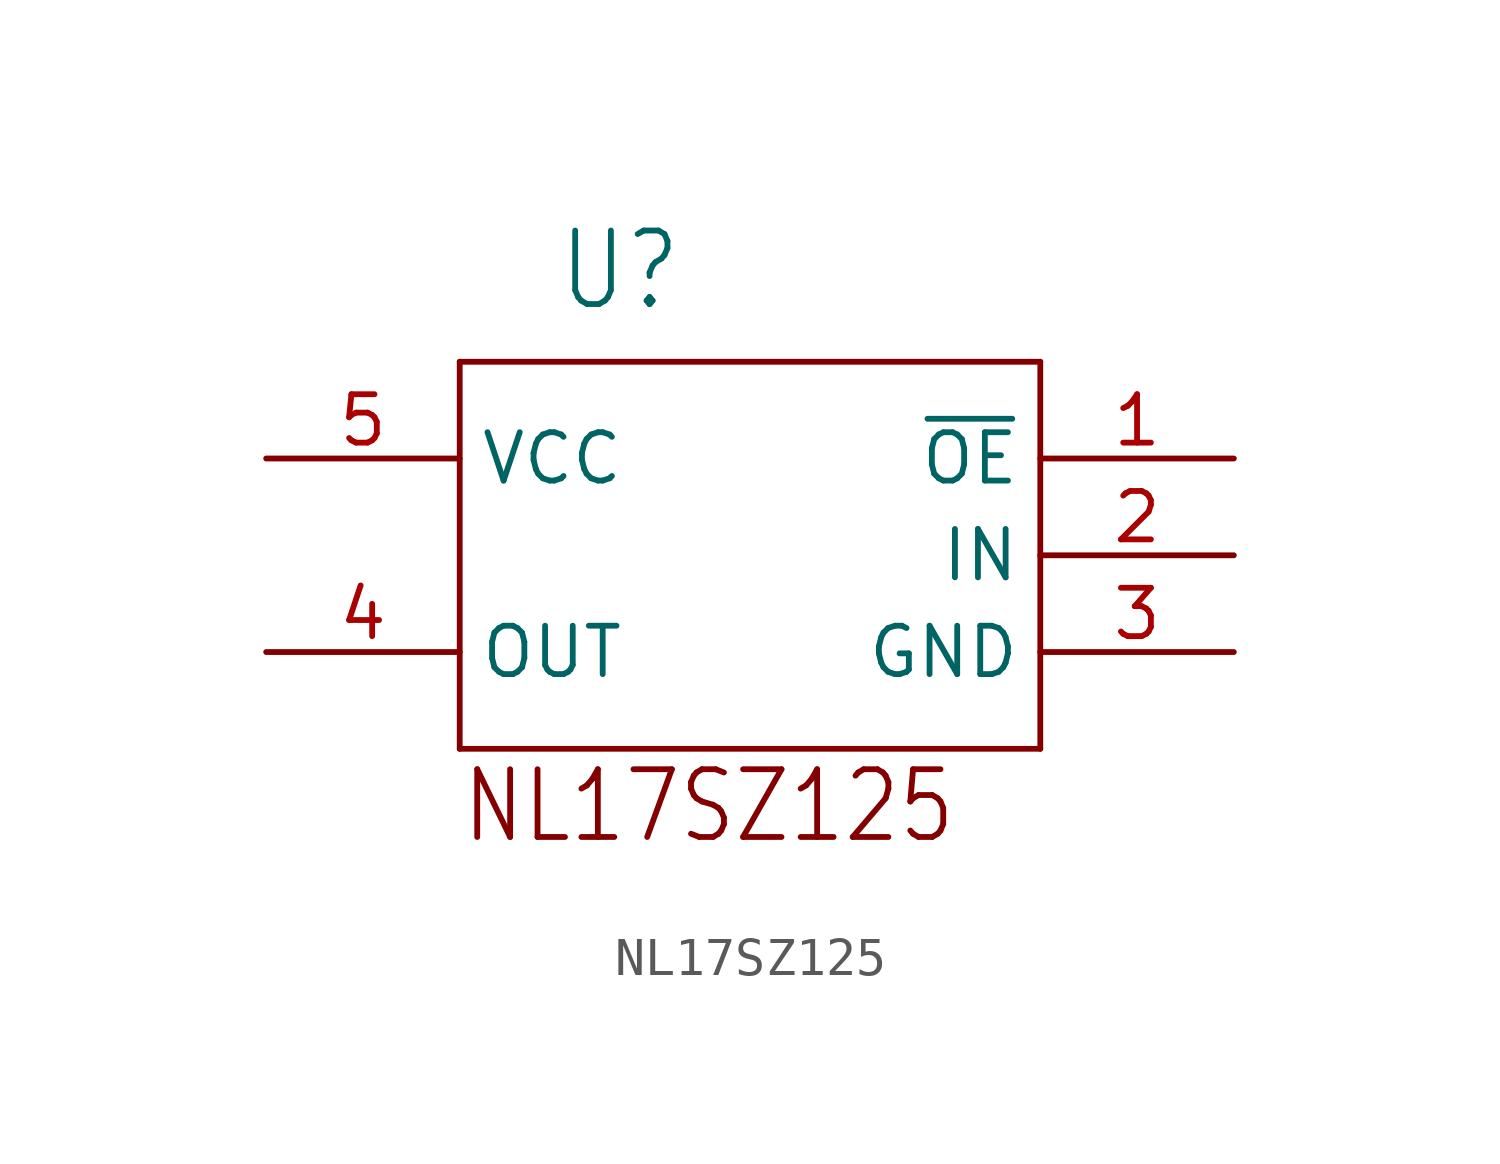
<source format=kicad_sym>
(kicad_symbol_lib
  (version 20220331)
  (generator kicad_symbol_editor)
  (symbol "NL17SZ125"
    (property "Reference" "U"
      (at -5.08 6.35 0)
      (effects (font (size 1.93 1.641)) (justify left bottom)))
    (property "ki_locked" ""
      (at 0 0 0)
      (effects (font (size 1.27 1.27))))
    (symbol "NL17SZ125_1_0"
      (polyline (pts (xy -7.62 -5.08) (xy 7.62 -5.08)) (stroke (width 0.152) (type solid)) (fill (type none)))
      (polyline (pts (xy -7.62 5.08) (xy -7.62 -5.08)) (stroke (width 0.152) (type solid)) (fill (type none)))
      (polyline (pts (xy 7.62 -5.08) (xy 7.62 5.08)) (stroke (width 0.152) (type solid)) (fill (type none)))
      (polyline (pts (xy 7.62 5.08) (xy -7.62 5.08)) (stroke (width 0.152) (type solid)) (fill (type none)))
      (text "NL17SZ125" (at -7.62 -7.62 0) (effects (font (size 1.778 1.511)) (justify left bottom)))
      (pin bidirectional line (at 12.7 2.54 180) (length 5.08) (name "~{OE}" (effects (font (size 1.27 1.27)))) (number "1" (effects (font (size 1.27 1.27)))))
      (pin bidirectional line (at 12.7 0 180) (length 5.08) (name "IN" (effects (font (size 1.27 1.27)))) (number "2" (effects (font (size 1.27 1.27)))))
      (pin bidirectional line (at 12.7 -2.54 180) (length 5.08) (name "GND" (effects (font (size 1.27 1.27)))) (number "3" (effects (font (size 1.27 1.27)))))
      (pin bidirectional line (at -12.7 -2.54 0) (length 5.08) (name "OUT" (effects (font (size 1.27 1.27)))) (number "4" (effects (font (size 1.27 1.27)))))
      (pin bidirectional line (at -12.7 2.54 0) (length 5.08) (name "VCC" (effects (font (size 1.27 1.27)))) (number "5" (effects (font (size 1.27 1.27))))))))
</source>
